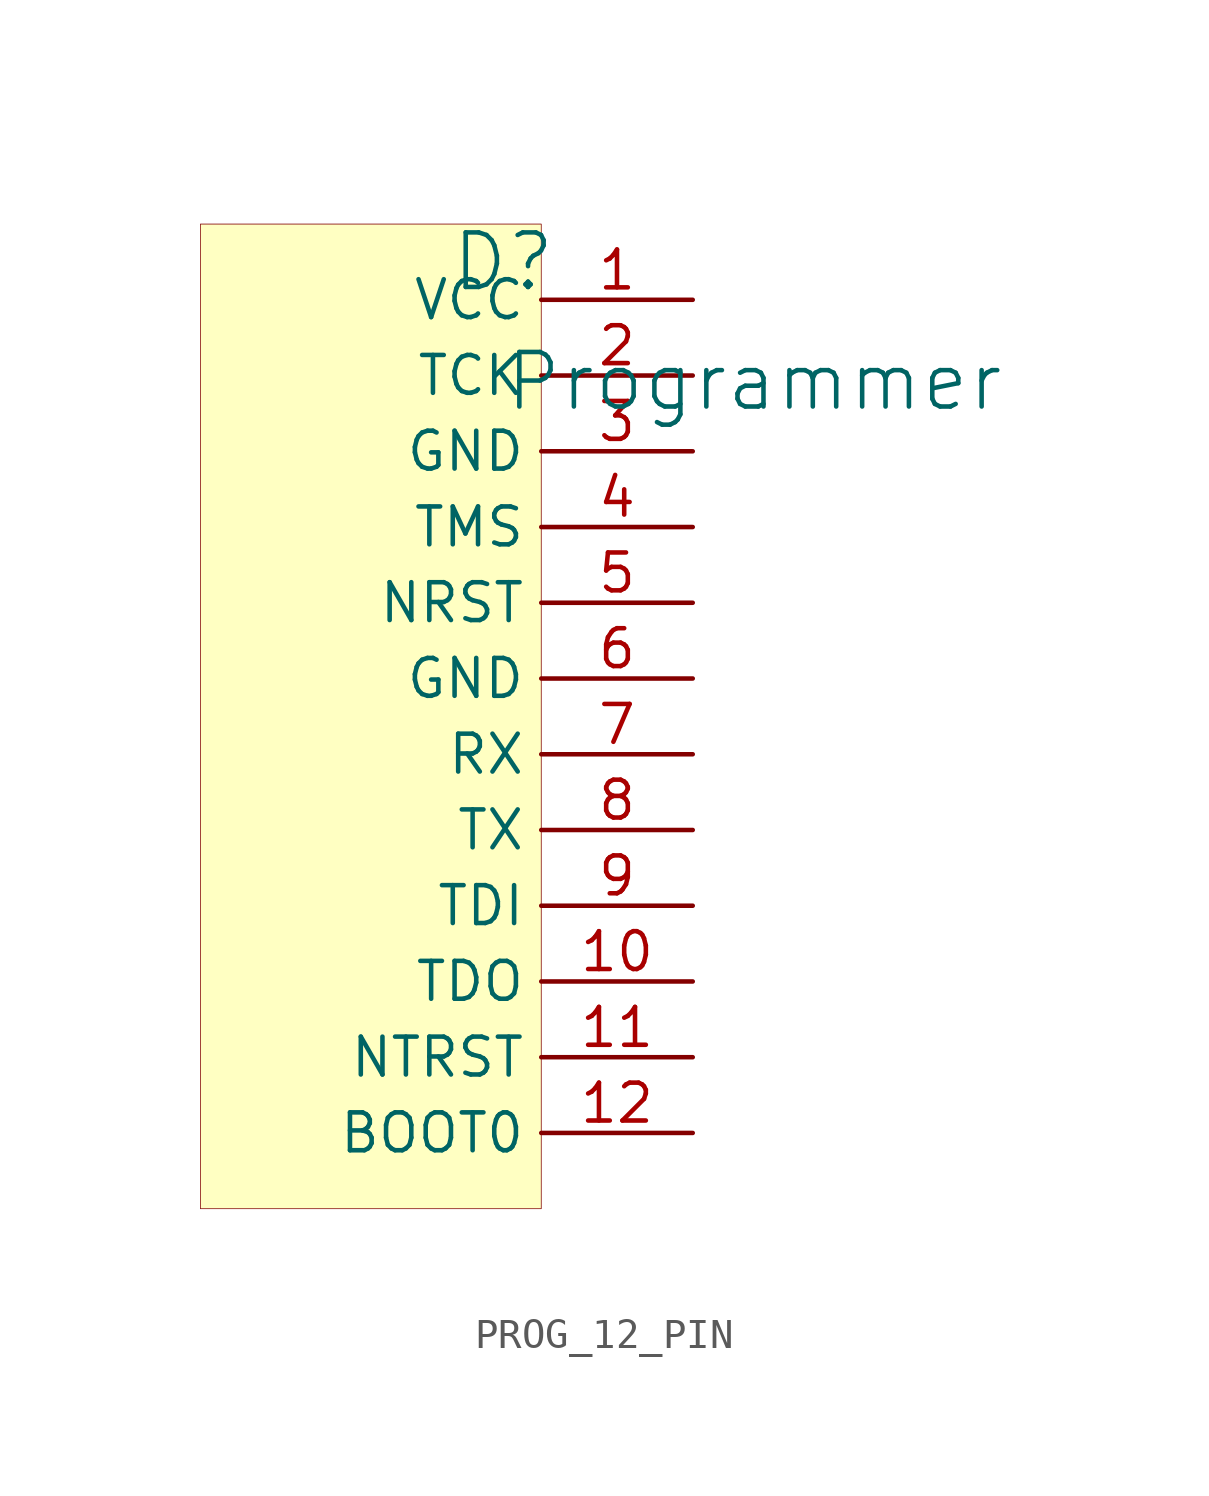
<source format=kicad_sym>
(kicad_symbol_lib
  (version 20241209)
  (generator "kicad_symbol_editor")
  (generator_version "9.0")
  (symbol "PROG_12_PIN"
    (property "Reference" "D"
      (at -1.27 1.27 0)
      (effects (font (size 1.829 1.829))))
    (property "Value" "Programmer"
      (at -1.27 -3.81 0)
      (effects (font (size 1.829 1.829)) (justify left bottom)))
    (symbol "PROG_12_PIN_1_0"
      (rectangle (start 0 2.54) (end -11.43 -30.48) (stroke (width 0.025) (type solid) (color 128 0 0 1)) (fill (type background)))
      (pin passive line (at 5.08 0 180) (length 5.08) (name "VCC" (effects (font (size 1.27 1.27)))) (number "1" (effects (font (size 1.27 1.27)))))
      (pin passive line (at 5.08 -2.54 180) (length 5.08) (name "TCK" (effects (font (size 1.27 1.27)))) (number "2" (effects (font (size 1.27 1.27)))))
      (pin passive line (at 5.08 -5.08 180) (length 5.08) (name "GND" (effects (font (size 1.27 1.27)))) (number "3" (effects (font (size 1.27 1.27)))))
      (pin passive line (at 5.08 -7.62 180) (length 5.08) (name "TMS" (effects (font (size 1.27 1.27)))) (number "4" (effects (font (size 1.27 1.27)))))
      (pin passive line (at 5.08 -10.16 180) (length 5.08) (name "NRST" (effects (font (size 1.27 1.27)))) (number "5" (effects (font (size 1.27 1.27)))))
      (pin passive line (at 5.08 -12.7 180) (length 5.08) (name "GND" (effects (font (size 1.27 1.27)))) (number "6" (effects (font (size 1.27 1.27)))))
      (pin passive line (at 5.08 -15.24 180) (length 5.08) (name "RX" (effects (font (size 1.27 1.27)))) (number "7" (effects (font (size 1.27 1.27)))))
      (pin passive line (at 5.08 -17.78 180) (length 5.08) (name "TX" (effects (font (size 1.27 1.27)))) (number "8" (effects (font (size 1.27 1.27)))))
      (pin passive line (at 5.08 -20.32 180) (length 5.08) (name "TDI" (effects (font (size 1.27 1.27)))) (number "9" (effects (font (size 1.27 1.27)))))
      (pin passive line (at 5.08 -22.86 180) (length 5.08) (name "TDO" (effects (font (size 1.27 1.27)))) (number "10" (effects (font (size 1.27 1.27)))))
      (pin passive line (at 5.08 -25.4 180) (length 5.08) (name "NTRST" (effects (font (size 1.27 1.27)))) (number "11" (effects (font (size 1.27 1.27)))))
      (pin passive line (at 5.08 -27.94 180) (length 5.08) (name "BOOT0" (effects (font (size 1.27 1.27)))) (number "12" (effects (font (size 1.27 1.27))))))))
</source>
